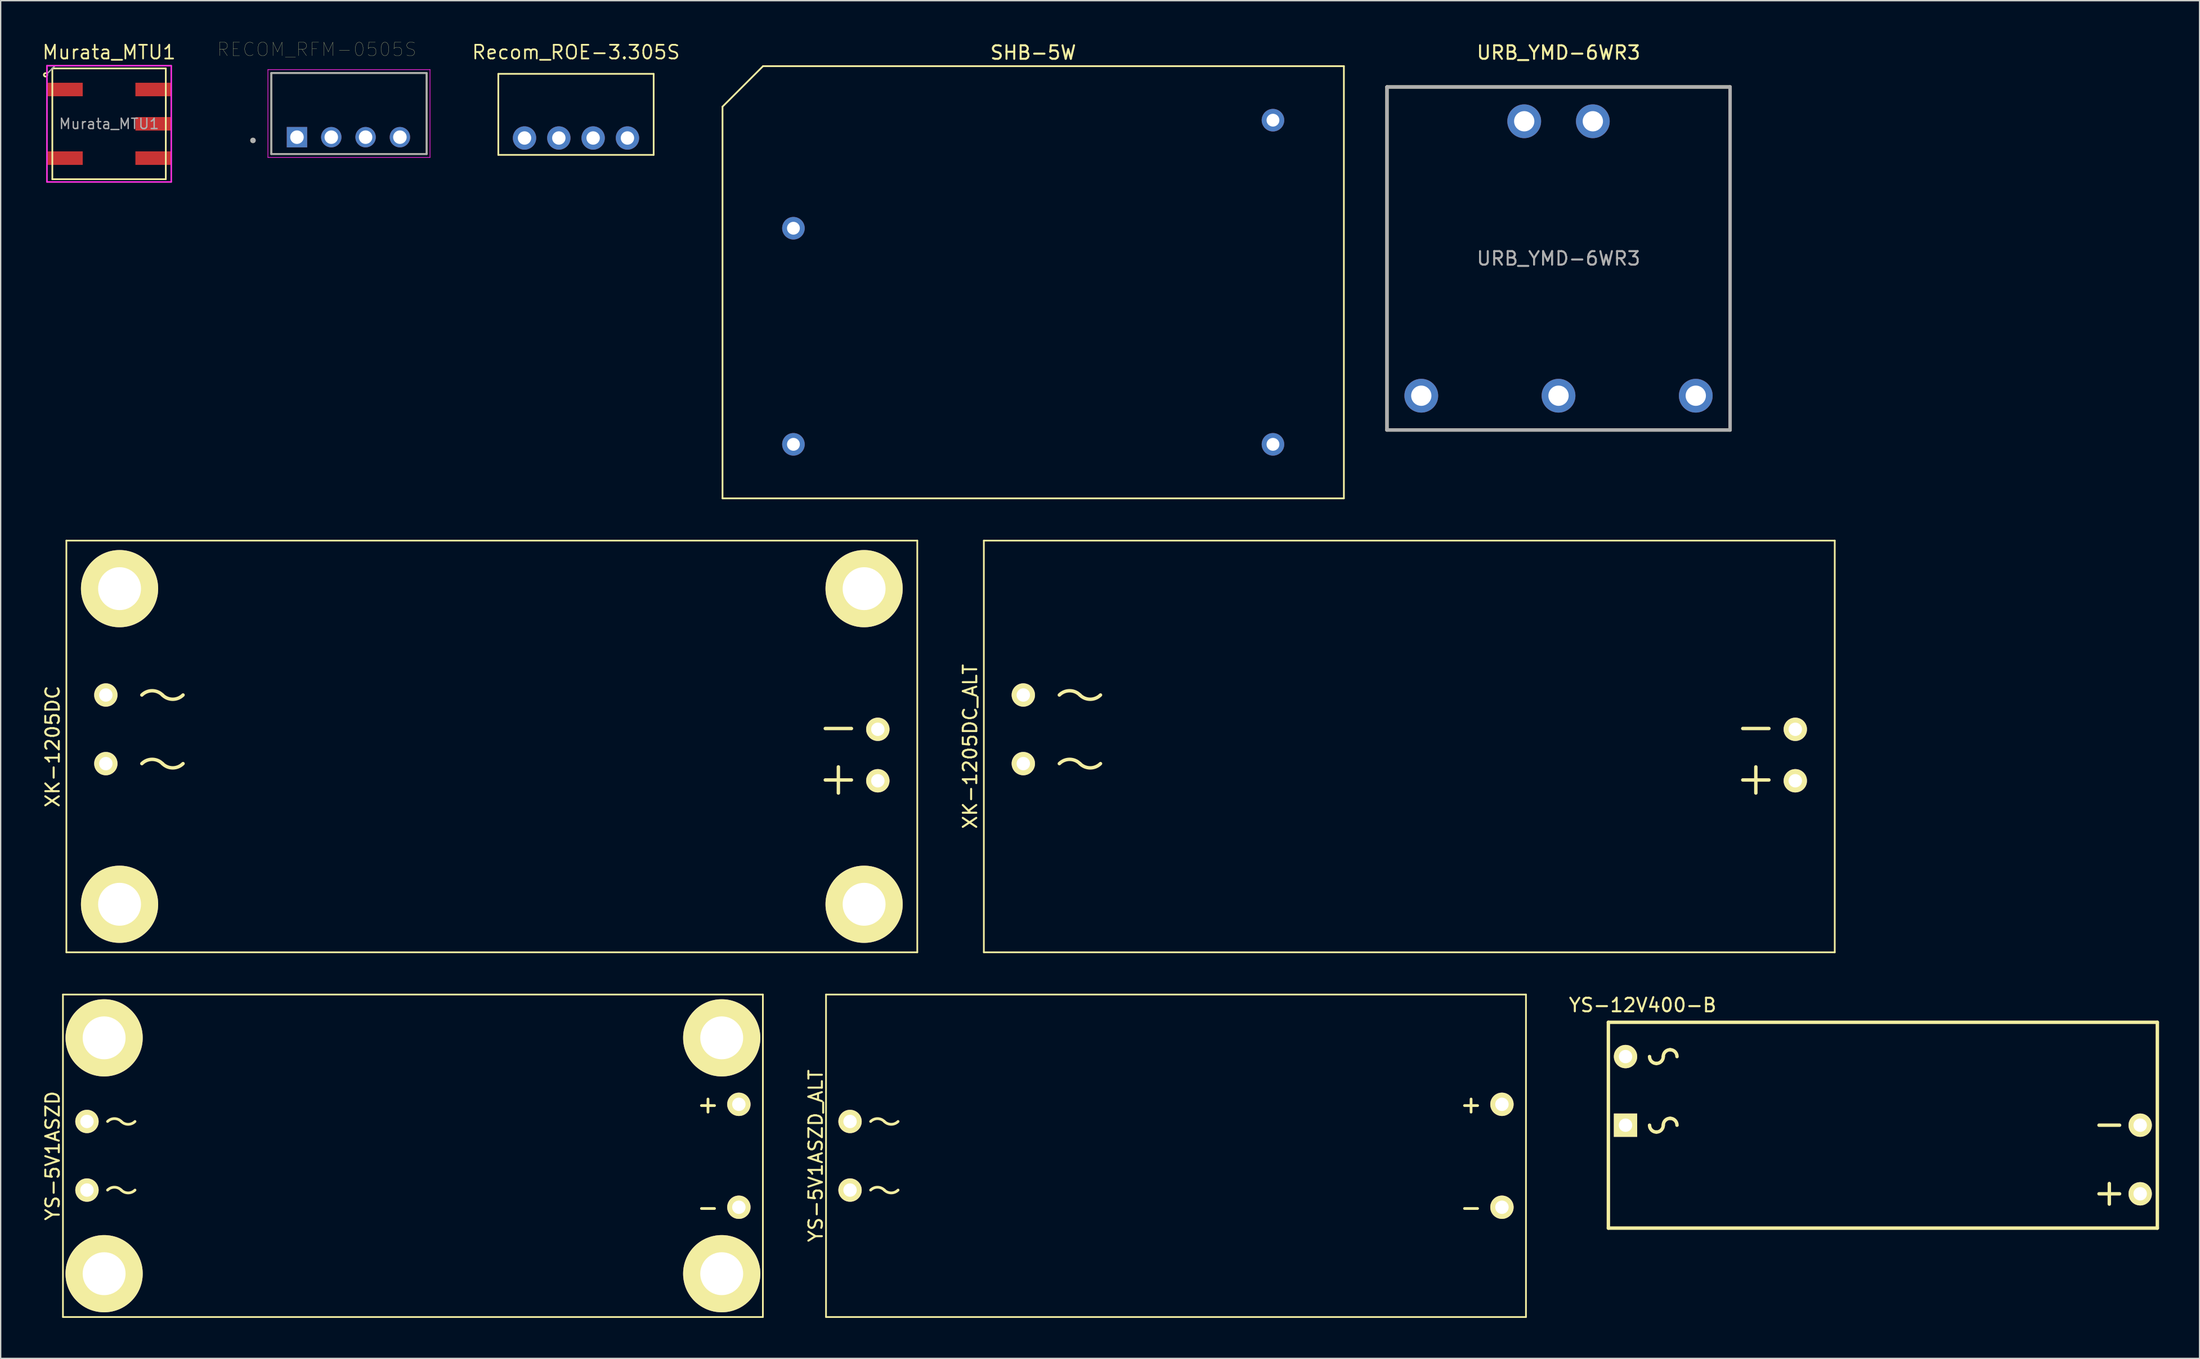
<source format=kicad_pcb>
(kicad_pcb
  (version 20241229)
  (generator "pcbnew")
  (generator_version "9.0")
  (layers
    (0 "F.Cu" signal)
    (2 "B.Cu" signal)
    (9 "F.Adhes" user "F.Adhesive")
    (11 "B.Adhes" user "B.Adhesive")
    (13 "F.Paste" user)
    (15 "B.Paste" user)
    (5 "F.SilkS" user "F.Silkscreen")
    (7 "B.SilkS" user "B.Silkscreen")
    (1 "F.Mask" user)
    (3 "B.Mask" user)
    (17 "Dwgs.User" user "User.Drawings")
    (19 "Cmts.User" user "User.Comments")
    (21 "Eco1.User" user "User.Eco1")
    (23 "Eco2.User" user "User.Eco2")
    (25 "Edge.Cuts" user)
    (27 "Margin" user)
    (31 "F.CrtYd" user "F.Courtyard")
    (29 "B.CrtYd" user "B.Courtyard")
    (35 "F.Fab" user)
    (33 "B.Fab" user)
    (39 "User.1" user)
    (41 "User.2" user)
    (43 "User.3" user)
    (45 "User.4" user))
  (footprint "RECOM_RFM-0505S"
    (layer "F.Cu")
    (at 22.784 5.356)
    (property "Reference" "RECOM_RFM-0505S" (at -2.385 -4.745 0) (layer "F.SilkS") (effects (font (size 1 1) (thickness 0.015))))
    (attr through_hole)
    (fp_line (start -5.75 -3) (end -5.75 3) (stroke (width 0.127) (type solid)) (layer "F.SilkS"))
    (fp_line (start -5.75 3) (end 5.75 3) (stroke (width 0.127) (type solid)) (layer "F.SilkS"))
    (fp_line (start 5.75 -3) (end -5.75 -3) (stroke (width 0.127) (type solid)) (layer "F.SilkS"))
    (fp_line (start 5.75 3) (end 5.75 -3) (stroke (width 0.127) (type solid)) (layer "F.SilkS"))
    (fp_circle (center -7.11 1.99) (end -7.01 1.99) (stroke (width 0.2) (type solid)) (fill no) (layer "F.SilkS"))
    (fp_line (start -6 -3.25) (end -6 3.25) (stroke (width 0.05) (type solid)) (layer "F.CrtYd"))
    (fp_line (start -6 3.25) (end 6 3.25) (stroke (width 0.05) (type solid)) (layer "F.CrtYd"))
    (fp_line (start 6 -3.25) (end -6 -3.25) (stroke (width 0.05) (type solid)) (layer "F.CrtYd"))
    (fp_line (start 6 3.25) (end 6 -3.25) (stroke (width 0.05) (type solid)) (layer "F.CrtYd"))
    (fp_line (start -5.75 -3) (end -5.75 3) (stroke (width 0.127) (type solid)) (layer "F.Fab"))
    (fp_line (start -5.75 3) (end 5.75 3) (stroke (width 0.127) (type solid)) (layer "F.Fab"))
    (fp_line (start 5.75 -3) (end -5.75 -3) (stroke (width 0.127) (type solid)) (layer "F.Fab"))
    (fp_line (start 5.75 3) (end 5.75 -3) (stroke (width 0.127) (type solid)) (layer "F.Fab"))
    (fp_circle (center -7.1 1.99) (end -7 1.99) (stroke (width 0.2) (type solid)) (fill no) (layer "F.Fab"))
    (pad "1" thru_hole rect (at -3.85 1.75) (size 1.508 1.508) (drill 1) (layers "*.Cu" "*.Mask"))
    (pad "2" thru_hole circle (at -1.31 1.75) (size 1.508 1.508) (drill 1) (layers "*.Cu" "*.Mask"))
    (pad "3" thru_hole circle (at 1.23 1.75) (size 1.508 1.508) (drill 1) (layers "*.Cu" "*.Mask"))
    (pad "4" thru_hole circle (at 3.77 1.75) (size 1.508 1.508) (drill 1) (layers "*.Cu" "*.Mask")))
  (footprint "Recom_ROE-3.305S"
    (layer "F.Cu")
    (at 39.59 7.167)
    (property "Reference" "Recom_ROE-3.305S" (at 0 -6.35 0) (layer "F.SilkS") (effects (font (size 1.016 1.016) (thickness 0.127))))
    (attr through_hole)
    (fp_line (start -5.75 -4.75) (end -5.75 1.25) (stroke (width 0.127) (type solid)) (layer "F.SilkS"))
    (fp_line (start -5.75 1.25) (end 5.75 1.25) (stroke (width 0.127) (type solid)) (layer "F.SilkS"))
    (fp_line (start 5.75 -4.75) (end -5.75 -4.75) (stroke (width 0.127) (type solid)) (layer "F.SilkS"))
    (fp_line (start 5.75 1.25) (end 5.75 -4.75) (stroke (width 0.127) (type solid)) (layer "F.SilkS"))
    (pad "1" thru_hole circle (at -3.81 0) (size 1.727 1.727) (drill 0.991) (layers "*.Cu" "*.Mask"))
    (pad "2" thru_hole circle (at -1.27 0) (size 1.727 1.727) (drill 0.991) (layers "*.Cu" "*.Mask"))
    (pad "3" thru_hole circle (at 1.27 0) (size 1.727 1.727) (drill 0.991) (layers "*.Cu" "*.Mask"))
    (pad "4" thru_hole circle (at 3.81 0) (size 1.727 1.727) (drill 0.991) (layers "*.Cu" "*.Mask")))
  (footprint "SHB-5W"
    (layer "F.Cu")
    (at 73.437 17.848)
    (property "Reference" "SHB-5W" (at 0 -17 0) (layer "F.SilkS") (effects (font (size 1 1) (thickness 0.15))))
    (attr through_hole)
    (fp_line (start -23 -13) (end -23 16) (stroke (width 0.13) (type solid)) (layer "F.SilkS"))
    (fp_line (start -23 -13) (end -20 -16) (stroke (width 0.13) (type solid)) (layer "F.SilkS"))
    (fp_line (start -20 -16) (end 23 -16) (stroke (width 0.13) (type solid)) (layer "F.SilkS"))
    (fp_line (start 23 -16) (end 23 16) (stroke (width 0.13) (type solid)) (layer "F.SilkS"))
    (fp_line (start 23 16) (end -23 16) (stroke (width 0.13) (type solid)) (layer "F.SilkS"))
    (pad "1" thru_hole circle (at -17.75 -4) (size 1.67 1.67) (drill 0.95) (layers "*.Cu" "*.Mask"))
    (pad "2" thru_hole circle (at -17.75 12) (size 1.67 1.67) (drill 0.95) (layers "*.Cu" "*.Mask"))
    (pad "3" thru_hole circle (at 17.75 -12) (size 1.67 1.67) (drill 0.95) (layers "*.Cu" "*.Mask"))
    (pad "4" thru_hole circle (at 17.75 12) (size 1.67 1.67) (drill 0.95) (layers "*.Cu" "*.Mask")))
  (footprint "Murata_MTU1"
    (layer "F.Cu")
    (at 5.024 6.117)
    (property "Reference" "Murata_MTU1" (at 0 -5.3 0) (layer "F.SilkS") (effects (font (size 1.016 1.016) (thickness 0.127))))
    (attr smd)
    (fp_line (start -4.2 -4.1) (end -4.2 4.1) (stroke (width 0.127) (type solid)) (layer "F.SilkS"))
    (fp_line (start -4.2 4.1) (end 4.2 4.1) (stroke (width 0.127) (type solid)) (layer "F.SilkS"))
    (fp_line (start 4.2 -4.1) (end -4.2 -4.1) (stroke (width 0.127) (type solid)) (layer "F.SilkS"))
    (fp_line (start 4.2 4.1) (end 4.2 -4.1) (stroke (width 0.127) (type solid)) (layer "F.SilkS"))
    (fp_circle (center -4.7 -3.627) (end -4.573 -3.627) (stroke (width 0.127) (type solid)) (fill no) (layer "F.SilkS"))
    (fp_line (start -4.6 -4.3) (end -4.6 4.3) (stroke (width 0.102) (type solid)) (layer "F.CrtYd"))
    (fp_line (start -4.6 4.3) (end 4.6 4.3) (stroke (width 0.102) (type solid)) (layer "F.CrtYd"))
    (fp_line (start 4.6 -4.3) (end -4.6 -4.3) (stroke (width 0.102) (type solid)) (layer "F.CrtYd"))
    (fp_line (start 4.6 4.3) (end 4.6 -4.3) (stroke (width 0.102) (type solid)) (layer "F.CrtYd"))
    (fp_line (start -4.6 -4.3) (end -4.6 4.3) (stroke (width 0.102) (type solid)) (layer "F.Fab"))
    (fp_line (start -4.6 4.3) (end 4.6 4.3) (stroke (width 0.102) (type solid)) (layer "F.Fab"))
    (fp_line (start -4.55 -3.75) (end -4.042 -4.258) (stroke (width 0.102) (type solid)) (layer "F.Fab"))
    (fp_line (start 4.6 -4.3) (end -4.6 -4.3) (stroke (width 0.102) (type solid)) (layer "F.Fab"))
    (fp_line (start 4.6 4.3) (end 4.6 -4.3) (stroke (width 0.102) (type solid)) (layer "F.Fab"))
    (fp_text user "${REFERENCE}" (at 0 0 180) (layer "F.Fab") (effects (font (size 0.762 0.762) (thickness 0.102))))
    (pad "1" smd rect (at -3.25 -2.54 270) (size 1 2.6) (layers "F.Cu" "F.Mask" "F.Paste"))
    (pad "3" smd rect (at -3.25 2.54 270) (size 1 2.6) (layers "F.Cu" "F.Mask" "F.Paste"))
    (pad "4" smd rect (at 3.25 2.54 270) (size 1 2.6) (layers "F.Cu" "F.Mask" "F.Paste"))
    (pad "5" smd rect (at 3.25 0 270) (size 1 2.6) (layers "F.Cu" "F.Mask" "F.Paste"))
    (pad "6" smd rect (at 3.25 -2.54 270) (size 1 2.6) (layers "F.Cu" "F.Mask" "F.Paste")))
  (footprint "YS-5V1ASZD"
    (layer "F.Cu")
    (at 27.518 82.522)
    (property "Reference" "YS-5V1ASZD" (at -26.67 0 90) (layer "F.SilkS") (effects (font (size 1 1) (thickness 0.15))))
    (attr through_hole)
    (fp_line (start -25.908 -11.938) (end -25.908 11.938) (stroke (width 0.127) (type solid)) (layer "F.SilkS"))
    (fp_line (start -25.908 11.938) (end 25.908 11.938) (stroke (width 0.127) (type solid)) (layer "F.SilkS"))
    (fp_line (start 25.908 -11.938) (end -25.908 -11.938) (stroke (width 0.127) (type solid)) (layer "F.SilkS"))
    (fp_line (start 25.908 11.938) (end 25.908 -11.938) (stroke (width 0.127) (type solid)) (layer "F.SilkS"))
    (fp_arc (start -22.606 -2.54) (mid -22.098 -2.75042) (end -21.59 -2.54) (stroke (width 0.2032) (type solid)) (layer "F.SilkS"))
    (fp_arc (start -22.606 2.54) (mid -22.098 2.32958) (end -21.59 2.54) (stroke (width 0.2032) (type solid)) (layer "F.SilkS"))
    (fp_arc (start -20.574 -2.54) (mid -21.082 -2.32958) (end -21.59 -2.54) (stroke (width 0.2032) (type solid)) (layer "F.SilkS"))
    (fp_arc (start -20.574 2.54) (mid -21.082 2.75042) (end -21.59 2.54) (stroke (width 0.2032) (type solid)) (layer "F.SilkS"))
    (fp_text user "-" (at 21.844 3.81 0) (layer "F.SilkS") (effects (font (size 1.27 1.27) (thickness 0.203))))
    (fp_text user "+" (at 21.844 -3.81 0) (layer "F.SilkS") (effects (font (size 1.27 1.27) (thickness 0.203))))
    (pad "1" thru_hole circle (at -24.13 -2.54) (size 1.727 1.727) (drill 0.991) (layers "*.Cu" "*.Mask" "F.SilkS"))
    (pad "2" thru_hole circle (at -24.13 2.54) (size 1.727 1.727) (drill 0.991) (layers "*.Cu" "*.Mask" "F.SilkS"))
    (pad "3" thru_hole circle (at 24.13 -3.81) (size 1.727 1.727) (drill 0.991) (layers "*.Cu" "*.Mask" "F.SilkS"))
    (pad "4" thru_hole circle (at 24.13 3.81) (size 1.727 1.727) (drill 0.991) (layers "*.Cu" "*.Mask" "F.SilkS"))
    (pad "5" thru_hole circle (at -22.86 -8.731) (size 5.715 5.715) (drill 3.175) (layers "*.Cu" "*.Mask" "F.SilkS"))
    (pad "6" thru_hole circle (at -22.86 8.731) (size 5.715 5.715) (drill 3.175) (layers "*.Cu" "*.Mask" "F.SilkS"))
    (pad "7" thru_hole circle (at 22.86 -8.731) (size 5.715 5.715) (drill 3.175) (layers "*.Cu" "*.Mask" "F.SilkS"))
    (pad "8" thru_hole circle (at 22.86 8.731) (size 5.715 5.715) (drill 3.175) (layers "*.Cu" "*.Mask" "F.SilkS")))
  (footprint "URB_YMD-6WR3"
    (layer "F.Cu")
    (at 112.327 16.088)
    (property "Reference" "URB_YMD-6WR3" (at 0 -15.24 0) (layer "F.SilkS") (effects (font (size 1 1) (thickness 0.15))))
    (attr through_hole)
    (fp_line (start -12.7 -12.7) (end 12.7 -12.7) (stroke (width 0.25) (type solid)) (layer "F.SilkS"))
    (fp_line (start -12.7 12.7) (end -12.7 -12.7) (stroke (width 0.25) (type solid)) (layer "F.SilkS"))
    (fp_line (start 12.7 -12.7) (end 12.7 12.7) (stroke (width 0.25) (type solid)) (layer "F.SilkS"))
    (fp_line (start 12.7 12.7) (end -12.7 12.7) (stroke (width 0.25) (type solid)) (layer "F.SilkS"))
    (fp_line (start -12.7 -12.7) (end 12.7 -12.7) (stroke (width 0.25) (type solid)) (layer "F.Fab"))
    (fp_line (start -12.7 12.7) (end -12.7 -12.7) (stroke (width 0.25) (type solid)) (layer "F.Fab"))
    (fp_line (start 12.7 -12.7) (end 12.7 12.7) (stroke (width 0.25) (type solid)) (layer "F.Fab"))
    (fp_line (start 12.7 12.7) (end -12.7 12.7) (stroke (width 0.25) (type solid)) (layer "F.Fab"))
    (fp_text user "${REFERENCE}" (at 0 0 0) (layer "F.Fab") (effects (font (size 1 1) (thickness 0.15))))
    (pad "1" thru_hole circle (at 2.54 -10.16) (size 2.5 2.5) (drill 1.5) (layers "*.Cu" "*.Mask"))
    (pad "2" thru_hole circle (at -2.54 -10.16) (size 2.5 2.5) (drill 1.5) (layers "*.Cu" "*.Mask"))
    (pad "3" thru_hole circle (at -10.16 10.16) (size 2.5 2.5) (drill 1.5) (layers "*.Cu" "*.Mask"))
    (pad "4" thru_hole circle (at 0 10.16) (size 2.5 2.5) (drill 1.5) (layers "*.Cu" "*.Mask"))
    (pad "5" thru_hole circle (at 10.16 10.16) (size 2.5 2.5) (drill 1.5) (layers "*.Cu" "*.Mask")))
  (footprint "XK-1205DC_ALT"
    (layer "F.Cu")
    (at 101.28 52.217)
    (property "Reference" "XK-1205DC_ALT" (at -32.512 0 90) (layer "F.SilkS") (effects (font (size 1 1) (thickness 0.15))))
    (attr through_hole)
    (fp_line (start -31.496 -15.24) (end -31.496 15.24) (stroke (width 0.127) (type solid)) (layer "F.SilkS"))
    (fp_line (start -31.496 15.24) (end 31.496 15.24) (stroke (width 0.127) (type solid)) (layer "F.SilkS"))
    (fp_line (start 31.496 -15.24) (end -31.496 -15.24) (stroke (width 0.127) (type solid)) (layer "F.SilkS"))
    (fp_line (start 31.496 15.24) (end 31.496 -15.24) (stroke (width 0.127) (type solid)) (layer "F.SilkS"))
    (fp_arc (start -25.908 -3.81) (mid -25.146 -4.125631) (end -24.384 -3.81) (stroke (width 0.254) (type solid)) (layer "F.SilkS"))
    (fp_arc (start -25.908 1.27) (mid -25.146 0.954369) (end -24.384 1.27) (stroke (width 0.254) (type solid)) (layer "F.SilkS"))
    (fp_arc (start -22.86 -3.81) (mid -23.622 -3.494369) (end -24.384 -3.81) (stroke (width 0.254) (type solid)) (layer "F.SilkS"))
    (fp_arc (start -22.86 1.27) (mid -23.622 1.585631) (end -24.384 1.27) (stroke (width 0.254) (type solid)) (layer "F.SilkS"))
    (fp_text user "+" (at 25.654 2.286 0) (layer "F.SilkS") (effects (font (size 2.54 2.54) (thickness 0.254))))
    (fp_text user "-" (at 25.654 -1.524 0) (layer "F.SilkS") (effects (font (size 2.54 2.54) (thickness 0.254))))
    (pad "1" thru_hole circle (at -28.575 -3.81) (size 1.727 1.727) (drill 0.991) (layers "*.Cu" "*.Mask" "F.SilkS"))
    (pad "2" thru_hole circle (at -28.575 1.27) (size 1.727 1.727) (drill 0.991) (layers "*.Cu" "*.Mask" "F.SilkS"))
    (pad "3" thru_hole circle (at 28.575 -1.27) (size 1.727 1.727) (drill 0.991) (layers "*.Cu" "*.Mask" "F.SilkS"))
    (pad "4" thru_hole circle (at 28.575 2.54) (size 1.727 1.727) (drill 0.991) (layers "*.Cu" "*.Mask" "F.SilkS")))
  (footprint "YS-5V1ASZD_ALT"
    (layer "F.Cu")
    (at 84.008 82.522)
    (property "Reference" "YS-5V1ASZD_ALT" (at -26.67 0 90) (layer "F.SilkS") (effects (font (size 1 1) (thickness 0.15))))
    (attr through_hole)
    (fp_line (start -25.908 -11.938) (end -25.908 11.938) (stroke (width 0.127) (type solid)) (layer "F.SilkS"))
    (fp_line (start -25.908 11.938) (end 25.908 11.938) (stroke (width 0.127) (type solid)) (layer "F.SilkS"))
    (fp_line (start 25.908 -11.938) (end -25.908 -11.938) (stroke (width 0.127) (type solid)) (layer "F.SilkS"))
    (fp_line (start 25.908 11.938) (end 25.908 -11.938) (stroke (width 0.127) (type solid)) (layer "F.SilkS"))
    (fp_arc (start -22.606 -2.54) (mid -22.098 -2.75042) (end -21.59 -2.54) (stroke (width 0.2032) (type solid)) (layer "F.SilkS"))
    (fp_arc (start -22.606 2.54) (mid -22.098 2.32958) (end -21.59 2.54) (stroke (width 0.2032) (type solid)) (layer "F.SilkS"))
    (fp_arc (start -20.574 -2.54) (mid -21.082 -2.32958) (end -21.59 -2.54) (stroke (width 0.2032) (type solid)) (layer "F.SilkS"))
    (fp_arc (start -20.574 2.54) (mid -21.082 2.75042) (end -21.59 2.54) (stroke (width 0.2032) (type solid)) (layer "F.SilkS"))
    (fp_text user "-" (at 21.844 3.81 0) (layer "F.SilkS") (effects (font (size 1.27 1.27) (thickness 0.203))))
    (fp_text user "+" (at 21.844 -3.81 0) (layer "F.SilkS") (effects (font (size 1.27 1.27) (thickness 0.203))))
    (pad "1" thru_hole circle (at -24.13 -2.54) (size 1.727 1.727) (drill 0.991) (layers "*.Cu" "*.Mask" "F.SilkS"))
    (pad "2" thru_hole circle (at -24.13 2.54) (size 1.727 1.727) (drill 0.991) (layers "*.Cu" "*.Mask" "F.SilkS"))
    (pad "3" thru_hole circle (at 24.13 -3.81) (size 1.727 1.727) (drill 0.991) (layers "*.Cu" "*.Mask" "F.SilkS"))
    (pad "4" thru_hole circle (at 24.13 3.81) (size 1.727 1.727) (drill 0.991) (layers "*.Cu" "*.Mask" "F.SilkS")))
  (footprint "YS-12V400-B"
    (layer "F.Cu")
    (at 136.337 80.258)
    (property "Reference" "YS-12V400-B" (at -17.78 -8.89 0) (layer "F.SilkS") (effects (font (size 1 1) (thickness 0.15))))
    (attr through_hole)
    (fp_line (start -20.32 -7.62) (end -20.32 7.62) (stroke (width 0.254) (type solid)) (layer "F.SilkS"))
    (fp_line (start -20.32 7.62) (end 20.32 7.62) (stroke (width 0.254) (type solid)) (layer "F.SilkS"))
    (fp_line (start 16.002 5.08) (end 17.526 5.08) (stroke (width 0.254) (type solid)) (layer "F.SilkS"))
    (fp_line (start 16.764 4.318) (end 16.764 5.842) (stroke (width 0.254) (type solid)) (layer "F.SilkS"))
    (fp_line (start 17.526 0) (end 16.002 0) (stroke (width 0.254) (type solid)) (layer "F.SilkS"))
    (fp_line (start 20.32 -7.62) (end -20.32 -7.62) (stroke (width 0.254) (type solid)) (layer "F.SilkS"))
    (fp_line (start 20.32 7.62) (end 20.32 -7.62) (stroke (width 0.254) (type solid)) (layer "F.SilkS"))
    (fp_arc (start -16.764 -4.572) (mid -17.12321 -4.72079) (end -17.272 -5.08) (stroke (width 0.254) (type solid)) (layer "F.SilkS"))
    (fp_arc (start -16.764 0.508) (mid -17.12321 0.35921) (end -17.272 0) (stroke (width 0.254) (type solid)) (layer "F.SilkS"))
    (fp_arc (start -16.256 -5.08) (mid -16.40479 -4.72079) (end -16.764 -4.572) (stroke (width 0.254) (type solid)) (layer "F.SilkS"))
    (fp_arc (start -16.256 -5.08) (mid -16.10721 -5.43921) (end -15.748 -5.588) (stroke (width 0.254) (type solid)) (layer "F.SilkS"))
    (fp_arc (start -16.256 0) (mid -16.40479 0.35921) (end -16.764 0.508) (stroke (width 0.254) (type solid)) (layer "F.SilkS"))
    (fp_arc (start -16.256 0) (mid -16.10721 -0.35921) (end -15.748 -0.508) (stroke (width 0.254) (type solid)) (layer "F.SilkS"))
    (fp_arc (start -15.748 -5.588) (mid -15.38879 -5.43921) (end -15.24 -5.08) (stroke (width 0.254) (type solid)) (layer "F.SilkS"))
    (fp_arc (start -15.748 -0.508) (mid -15.38879 -0.35921) (end -15.24 0) (stroke (width 0.254) (type solid)) (layer "F.SilkS"))
    (pad "1" thru_hole rect (at -19.05 0) (size 1.727 1.727) (drill 0.991) (layers "*.Cu" "*.Mask" "F.SilkS"))
    (pad "2" thru_hole circle (at -19.05 -5.08) (size 1.727 1.727) (drill 0.991) (layers "*.Cu" "*.Mask" "F.SilkS"))
    (pad "3" thru_hole circle (at 19.05 5.08) (size 1.727 1.727) (drill 0.991) (layers "*.Cu" "*.Mask" "F.SilkS"))
    (pad "4" thru_hole circle (at 19.05 0) (size 1.727 1.727) (drill 0.991) (layers "*.Cu" "*.Mask" "F.SilkS")))
  (footprint "XK-1205DC"
    (layer "F.Cu")
    (at 33.36 52.217)
    (property "Reference" "XK-1205DC" (at -32.512 0 90) (layer "F.SilkS") (effects (font (size 1 1) (thickness 0.15))))
    (attr through_hole)
    (fp_line (start -31.496 -15.24) (end -31.496 15.24) (stroke (width 0.127) (type solid)) (layer "F.SilkS"))
    (fp_line (start -31.496 15.24) (end 31.496 15.24) (stroke (width 0.127) (type solid)) (layer "F.SilkS"))
    (fp_line (start 31.496 -15.24) (end -31.496 -15.24) (stroke (width 0.127) (type solid)) (layer "F.SilkS"))
    (fp_line (start 31.496 15.24) (end 31.496 -15.24) (stroke (width 0.127) (type solid)) (layer "F.SilkS"))
    (fp_arc (start -25.908 -3.81) (mid -25.146 -4.125631) (end -24.384 -3.81) (stroke (width 0.254) (type solid)) (layer "F.SilkS"))
    (fp_arc (start -25.908 1.27) (mid -25.146 0.954369) (end -24.384 1.27) (stroke (width 0.254) (type solid)) (layer "F.SilkS"))
    (fp_arc (start -22.86 -3.81) (mid -23.622 -3.494369) (end -24.384 -3.81) (stroke (width 0.254) (type solid)) (layer "F.SilkS"))
    (fp_arc (start -22.86 1.27) (mid -23.622 1.585631) (end -24.384 1.27) (stroke (width 0.254) (type solid)) (layer "F.SilkS"))
    (fp_text user "+" (at 25.654 2.286 0) (layer "F.SilkS") (effects (font (size 2.54 2.54) (thickness 0.254))))
    (fp_text user "-" (at 25.654 -1.524 0) (layer "F.SilkS") (effects (font (size 2.54 2.54) (thickness 0.254))))
    (pad "1" thru_hole circle (at -28.575 -3.81) (size 1.727 1.727) (drill 0.991) (layers "*.Cu" "*.Mask" "F.SilkS"))
    (pad "2" thru_hole circle (at -28.575 1.27) (size 1.727 1.727) (drill 0.991) (layers "*.Cu" "*.Mask" "F.SilkS"))
    (pad "3" thru_hole circle (at 28.575 -1.27) (size 1.727 1.727) (drill 0.991) (layers "*.Cu" "*.Mask" "F.SilkS"))
    (pad "4" thru_hole circle (at 28.575 2.54) (size 1.727 1.727) (drill 0.991) (layers "*.Cu" "*.Mask" "F.SilkS"))
    (pad "5" thru_hole circle (at -27.559 -11.684) (size 5.715 5.715) (drill 3.175) (layers "*.Cu" "*.Mask" "F.SilkS"))
    (pad "6" thru_hole circle (at -27.559 11.684) (size 5.715 5.715) (drill 3.175) (layers "*.Cu" "*.Mask" "F.SilkS"))
    (pad "7" thru_hole circle (at 27.559 -11.684) (size 5.715 5.715) (drill 3.175) (layers "*.Cu" "*.Mask" "F.SilkS"))
    (pad "8" thru_hole circle (at 27.559 11.684) (size 5.715 5.715) (drill 3.175) (layers "*.Cu" "*.Mask" "F.SilkS")))
  (gr_rect
    (start -3 -3)
    (end 159.784 97.523)
    (stroke (width 0.1) (type default))
    (fill no)
    (layer "Edge.Cuts")))
</source>
